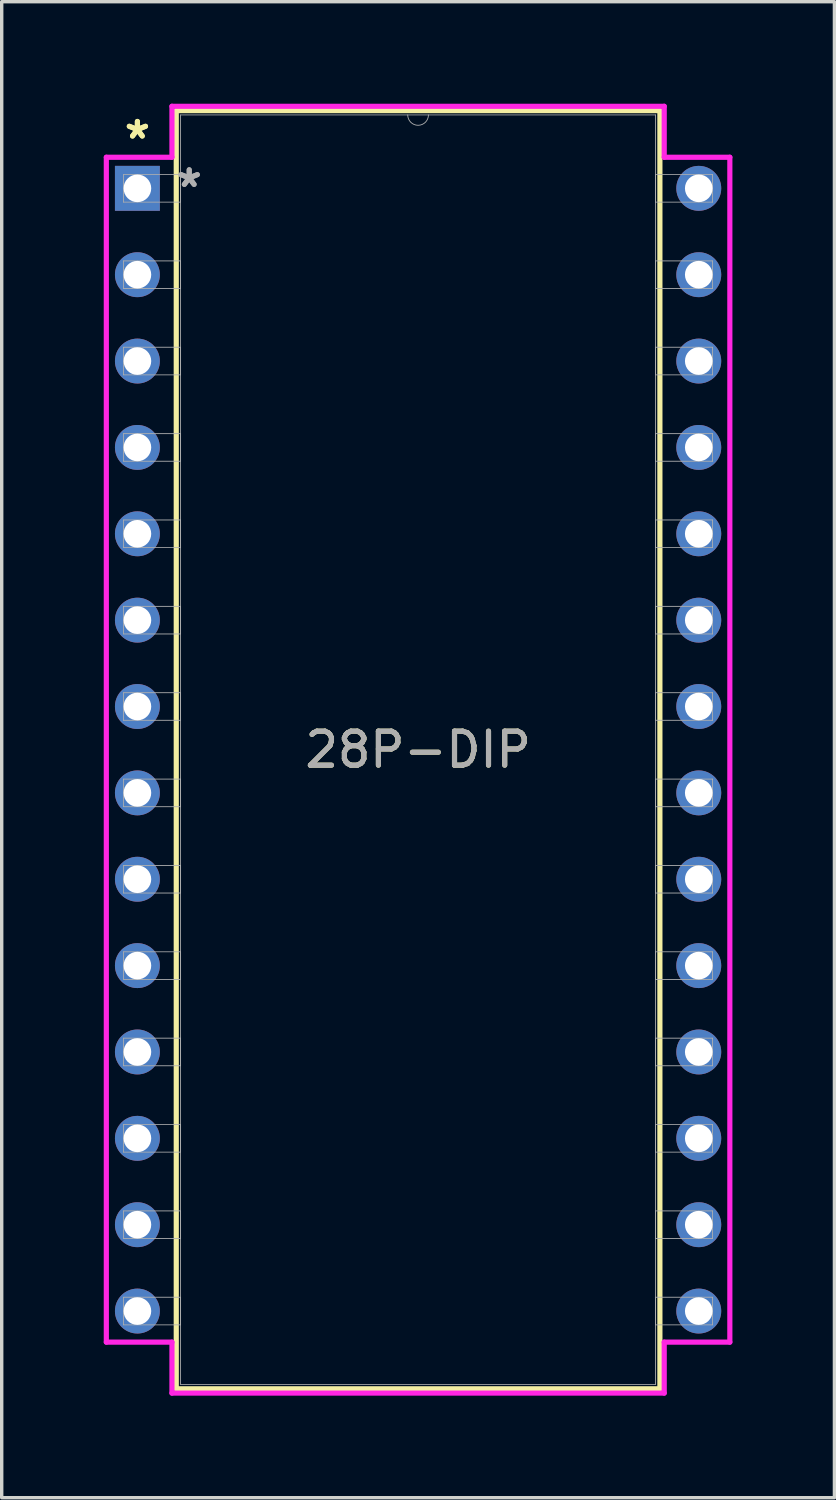
<source format=kicad_pcb>
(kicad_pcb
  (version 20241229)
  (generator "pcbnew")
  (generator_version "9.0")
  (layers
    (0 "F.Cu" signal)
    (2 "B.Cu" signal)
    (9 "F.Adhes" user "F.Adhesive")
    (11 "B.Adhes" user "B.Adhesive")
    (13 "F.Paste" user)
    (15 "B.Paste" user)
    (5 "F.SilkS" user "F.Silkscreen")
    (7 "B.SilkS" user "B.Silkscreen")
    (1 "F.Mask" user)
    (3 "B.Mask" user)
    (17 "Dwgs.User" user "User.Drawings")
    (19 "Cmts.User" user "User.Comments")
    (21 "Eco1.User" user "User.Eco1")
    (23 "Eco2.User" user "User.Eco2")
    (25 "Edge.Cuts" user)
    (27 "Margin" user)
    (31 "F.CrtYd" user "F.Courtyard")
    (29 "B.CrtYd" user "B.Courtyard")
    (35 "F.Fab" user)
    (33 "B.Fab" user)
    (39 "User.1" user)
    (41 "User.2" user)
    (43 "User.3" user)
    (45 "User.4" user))
  (footprint "28P-DIP"
    (layer "F.Cu")
    (at 0.991 2.489)
    (property "Reference" "28P-DIP" (at 8.255 16.51 0) (unlocked yes) (layer "F.SilkS") (effects (font (size 1 1) (thickness 0.15))))
    (attr through_hole)
    (fp_line (start 1.143 -2.286) (end 1.143 35.306) (stroke (width 0.152) (type solid)) (layer "F.SilkS"))
    (fp_line (start 1.143 35.306) (end 15.367 35.306) (stroke (width 0.152) (type solid)) (layer "F.SilkS"))
    (fp_line (start 15.367 -2.286) (end 1.143 -2.286) (stroke (width 0.152) (type solid)) (layer "F.SilkS"))
    (fp_line (start 15.367 35.306) (end 15.367 -2.286) (stroke (width 0.152) (type solid)) (layer "F.SilkS"))
    (fp_line (start -0.914 -0.914) (end 1.016 -0.914) (stroke (width 0.152) (type solid)) (layer "F.CrtYd"))
    (fp_line (start -0.914 33.934) (end -0.914 -0.914) (stroke (width 0.152) (type solid)) (layer "F.CrtYd"))
    (fp_line (start 1.016 -2.413) (end 15.494 -2.413) (stroke (width 0.152) (type solid)) (layer "F.CrtYd"))
    (fp_line (start 1.016 -0.914) (end 1.016 -2.413) (stroke (width 0.152) (type solid)) (layer "F.CrtYd"))
    (fp_line (start 1.016 33.934) (end -0.914 33.934) (stroke (width 0.152) (type solid)) (layer "F.CrtYd"))
    (fp_line (start 1.016 35.433) (end 1.016 33.934) (stroke (width 0.152) (type solid)) (layer "F.CrtYd"))
    (fp_line (start 15.494 -2.413) (end 15.494 -0.914) (stroke (width 0.152) (type solid)) (layer "F.CrtYd"))
    (fp_line (start 15.494 33.934) (end 15.494 35.433) (stroke (width 0.152) (type solid)) (layer "F.CrtYd"))
    (fp_line (start 15.494 35.433) (end 1.016 35.433) (stroke (width 0.152) (type solid)) (layer "F.CrtYd"))
    (fp_line (start 17.424 -0.914) (end 15.494 -0.914) (stroke (width 0.152) (type solid)) (layer "F.CrtYd"))
    (fp_line (start 17.424 -0.914) (end 17.424 33.934) (stroke (width 0.152) (type solid)) (layer "F.CrtYd"))
    (fp_line (start 17.424 33.934) (end 15.494 33.934) (stroke (width 0.152) (type solid)) (layer "F.CrtYd"))
    (fp_line (start -0.406 -0.406) (end -0.406 0.406) (stroke (width 0.025) (type solid)) (layer "F.Fab"))
    (fp_line (start -0.406 0.406) (end 1.27 0.406) (stroke (width 0.025) (type solid)) (layer "F.Fab"))
    (fp_line (start -0.406 2.134) (end -0.406 2.946) (stroke (width 0.025) (type solid)) (layer "F.Fab"))
    (fp_line (start -0.406 2.946) (end 1.27 2.946) (stroke (width 0.025) (type solid)) (layer "F.Fab"))
    (fp_line (start -0.406 4.674) (end -0.406 5.486) (stroke (width 0.025) (type solid)) (layer "F.Fab"))
    (fp_line (start -0.406 5.486) (end 1.27 5.486) (stroke (width 0.025) (type solid)) (layer "F.Fab"))
    (fp_line (start -0.406 7.214) (end -0.406 8.026) (stroke (width 0.025) (type solid)) (layer "F.Fab"))
    (fp_line (start -0.406 8.026) (end 1.27 8.026) (stroke (width 0.025) (type solid)) (layer "F.Fab"))
    (fp_line (start -0.406 9.754) (end -0.406 10.566) (stroke (width 0.025) (type solid)) (layer "F.Fab"))
    (fp_line (start -0.406 10.566) (end 1.27 10.566) (stroke (width 0.025) (type solid)) (layer "F.Fab"))
    (fp_line (start -0.406 12.294) (end -0.406 13.106) (stroke (width 0.025) (type solid)) (layer "F.Fab"))
    (fp_line (start -0.406 13.106) (end 1.27 13.106) (stroke (width 0.025) (type solid)) (layer "F.Fab"))
    (fp_line (start -0.406 14.834) (end -0.406 15.646) (stroke (width 0.025) (type solid)) (layer "F.Fab"))
    (fp_line (start -0.406 15.646) (end 1.27 15.646) (stroke (width 0.025) (type solid)) (layer "F.Fab"))
    (fp_line (start -0.406 17.374) (end -0.406 18.186) (stroke (width 0.025) (type solid)) (layer "F.Fab"))
    (fp_line (start -0.406 18.186) (end 1.27 18.186) (stroke (width 0.025) (type solid)) (layer "F.Fab"))
    (fp_line (start -0.406 19.914) (end -0.406 20.726) (stroke (width 0.025) (type solid)) (layer "F.Fab"))
    (fp_line (start -0.406 20.726) (end 1.27 20.726) (stroke (width 0.025) (type solid)) (layer "F.Fab"))
    (fp_line (start -0.406 22.454) (end -0.406 23.266) (stroke (width 0.025) (type solid)) (layer "F.Fab"))
    (fp_line (start -0.406 23.266) (end 1.27 23.266) (stroke (width 0.025) (type solid)) (layer "F.Fab"))
    (fp_line (start -0.406 24.994) (end -0.406 25.806) (stroke (width 0.025) (type solid)) (layer "F.Fab"))
    (fp_line (start -0.406 25.806) (end 1.27 25.806) (stroke (width 0.025) (type solid)) (layer "F.Fab"))
    (fp_line (start -0.406 27.534) (end -0.406 28.346) (stroke (width 0.025) (type solid)) (layer "F.Fab"))
    (fp_line (start -0.406 28.346) (end 1.27 28.346) (stroke (width 0.025) (type solid)) (layer "F.Fab"))
    (fp_line (start -0.406 30.074) (end -0.406 30.886) (stroke (width 0.025) (type solid)) (layer "F.Fab"))
    (fp_line (start -0.406 30.886) (end 1.27 30.886) (stroke (width 0.025) (type solid)) (layer "F.Fab"))
    (fp_line (start -0.406 32.614) (end -0.406 33.426) (stroke (width 0.025) (type solid)) (layer "F.Fab"))
    (fp_line (start -0.406 33.426) (end 1.27 33.426) (stroke (width 0.025) (type solid)) (layer "F.Fab"))
    (fp_line (start 1.27 -2.159) (end 1.27 35.179) (stroke (width 0.025) (type solid)) (layer "F.Fab"))
    (fp_line (start 1.27 -0.406) (end -0.406 -0.406) (stroke (width 0.025) (type solid)) (layer "F.Fab"))
    (fp_line (start 1.27 0.406) (end 1.27 -0.406) (stroke (width 0.025) (type solid)) (layer "F.Fab"))
    (fp_line (start 1.27 2.134) (end -0.406 2.134) (stroke (width 0.025) (type solid)) (layer "F.Fab"))
    (fp_line (start 1.27 2.946) (end 1.27 2.134) (stroke (width 0.025) (type solid)) (layer "F.Fab"))
    (fp_line (start 1.27 4.674) (end -0.406 4.674) (stroke (width 0.025) (type solid)) (layer "F.Fab"))
    (fp_line (start 1.27 5.486) (end 1.27 4.674) (stroke (width 0.025) (type solid)) (layer "F.Fab"))
    (fp_line (start 1.27 7.214) (end -0.406 7.214) (stroke (width 0.025) (type solid)) (layer "F.Fab"))
    (fp_line (start 1.27 8.026) (end 1.27 7.214) (stroke (width 0.025) (type solid)) (layer "F.Fab"))
    (fp_line (start 1.27 9.754) (end -0.406 9.754) (stroke (width 0.025) (type solid)) (layer "F.Fab"))
    (fp_line (start 1.27 10.566) (end 1.27 9.754) (stroke (width 0.025) (type solid)) (layer "F.Fab"))
    (fp_line (start 1.27 12.294) (end -0.406 12.294) (stroke (width 0.025) (type solid)) (layer "F.Fab"))
    (fp_line (start 1.27 13.106) (end 1.27 12.294) (stroke (width 0.025) (type solid)) (layer "F.Fab"))
    (fp_line (start 1.27 14.834) (end -0.406 14.834) (stroke (width 0.025) (type solid)) (layer "F.Fab"))
    (fp_line (start 1.27 15.646) (end 1.27 14.834) (stroke (width 0.025) (type solid)) (layer "F.Fab"))
    (fp_line (start 1.27 17.374) (end -0.406 17.374) (stroke (width 0.025) (type solid)) (layer "F.Fab"))
    (fp_line (start 1.27 18.186) (end 1.27 17.374) (stroke (width 0.025) (type solid)) (layer "F.Fab"))
    (fp_line (start 1.27 19.914) (end -0.406 19.914) (stroke (width 0.025) (type solid)) (layer "F.Fab"))
    (fp_line (start 1.27 20.726) (end 1.27 19.914) (stroke (width 0.025) (type solid)) (layer "F.Fab"))
    (fp_line (start 1.27 22.454) (end -0.406 22.454) (stroke (width 0.025) (type solid)) (layer "F.Fab"))
    (fp_line (start 1.27 23.266) (end 1.27 22.454) (stroke (width 0.025) (type solid)) (layer "F.Fab"))
    (fp_line (start 1.27 24.994) (end -0.406 24.994) (stroke (width 0.025) (type solid)) (layer "F.Fab"))
    (fp_line (start 1.27 25.806) (end 1.27 24.994) (stroke (width 0.025) (type solid)) (layer "F.Fab"))
    (fp_line (start 1.27 27.534) (end -0.406 27.534) (stroke (width 0.025) (type solid)) (layer "F.Fab"))
    (fp_line (start 1.27 28.346) (end 1.27 27.534) (stroke (width 0.025) (type solid)) (layer "F.Fab"))
    (fp_line (start 1.27 30.074) (end -0.406 30.074) (stroke (width 0.025) (type solid)) (layer "F.Fab"))
    (fp_line (start 1.27 30.886) (end 1.27 30.074) (stroke (width 0.025) (type solid)) (layer "F.Fab"))
    (fp_line (start 1.27 32.614) (end -0.406 32.614) (stroke (width 0.025) (type solid)) (layer "F.Fab"))
    (fp_line (start 1.27 33.426) (end 1.27 32.614) (stroke (width 0.025) (type solid)) (layer "F.Fab"))
    (fp_line (start 1.27 35.179) (end 15.24 35.179) (stroke (width 0.025) (type solid)) (layer "F.Fab"))
    (fp_line (start 15.24 -2.159) (end 1.27 -2.159) (stroke (width 0.025) (type solid)) (layer "F.Fab"))
    (fp_line (start 15.24 -0.406) (end 15.24 0.406) (stroke (width 0.025) (type solid)) (layer "F.Fab"))
    (fp_line (start 15.24 0.406) (end 16.916 0.406) (stroke (width 0.025) (type solid)) (layer "F.Fab"))
    (fp_line (start 15.24 2.134) (end 15.24 2.946) (stroke (width 0.025) (type solid)) (layer "F.Fab"))
    (fp_line (start 15.24 2.946) (end 16.916 2.946) (stroke (width 0.025) (type solid)) (layer "F.Fab"))
    (fp_line (start 15.24 4.674) (end 15.24 5.486) (stroke (width 0.025) (type solid)) (layer "F.Fab"))
    (fp_line (start 15.24 5.486) (end 16.916 5.486) (stroke (width 0.025) (type solid)) (layer "F.Fab"))
    (fp_line (start 15.24 7.214) (end 15.24 8.026) (stroke (width 0.025) (type solid)) (layer "F.Fab"))
    (fp_line (start 15.24 8.026) (end 16.916 8.026) (stroke (width 0.025) (type solid)) (layer "F.Fab"))
    (fp_line (start 15.24 9.754) (end 15.24 10.566) (stroke (width 0.025) (type solid)) (layer "F.Fab"))
    (fp_line (start 15.24 10.566) (end 16.916 10.566) (stroke (width 0.025) (type solid)) (layer "F.Fab"))
    (fp_line (start 15.24 12.294) (end 15.24 13.106) (stroke (width 0.025) (type solid)) (layer "F.Fab"))
    (fp_line (start 15.24 13.106) (end 16.916 13.106) (stroke (width 0.025) (type solid)) (layer "F.Fab"))
    (fp_line (start 15.24 14.834) (end 15.24 15.646) (stroke (width 0.025) (type solid)) (layer "F.Fab"))
    (fp_line (start 15.24 15.646) (end 16.916 15.646) (stroke (width 0.025) (type solid)) (layer "F.Fab"))
    (fp_line (start 15.24 17.374) (end 15.24 18.186) (stroke (width 0.025) (type solid)) (layer "F.Fab"))
    (fp_line (start 15.24 18.186) (end 16.916 18.186) (stroke (width 0.025) (type solid)) (layer "F.Fab"))
    (fp_line (start 15.24 19.914) (end 15.24 20.726) (stroke (width 0.025) (type solid)) (layer "F.Fab"))
    (fp_line (start 15.24 20.726) (end 16.916 20.726) (stroke (width 0.025) (type solid)) (layer "F.Fab"))
    (fp_line (start 15.24 22.454) (end 15.24 23.266) (stroke (width 0.025) (type solid)) (layer "F.Fab"))
    (fp_line (start 15.24 23.266) (end 16.916 23.266) (stroke (width 0.025) (type solid)) (layer "F.Fab"))
    (fp_line (start 15.24 24.994) (end 15.24 25.806) (stroke (width 0.025) (type solid)) (layer "F.Fab"))
    (fp_line (start 15.24 25.806) (end 16.916 25.806) (stroke (width 0.025) (type solid)) (layer "F.Fab"))
    (fp_line (start 15.24 27.534) (end 15.24 28.346) (stroke (width 0.025) (type solid)) (layer "F.Fab"))
    (fp_line (start 15.24 28.346) (end 16.916 28.346) (stroke (width 0.025) (type solid)) (layer "F.Fab"))
    (fp_line (start 15.24 30.074) (end 15.24 30.886) (stroke (width 0.025) (type solid)) (layer "F.Fab"))
    (fp_line (start 15.24 30.886) (end 16.916 30.886) (stroke (width 0.025) (type solid)) (layer "F.Fab"))
    (fp_line (start 15.24 32.614) (end 15.24 33.426) (stroke (width 0.025) (type solid)) (layer "F.Fab"))
    (fp_line (start 15.24 33.426) (end 16.916 33.426) (stroke (width 0.025) (type solid)) (layer "F.Fab"))
    (fp_line (start 15.24 35.179) (end 15.24 -2.159) (stroke (width 0.025) (type solid)) (layer "F.Fab"))
    (fp_line (start 16.916 -0.406) (end 15.24 -0.406) (stroke (width 0.025) (type solid)) (layer "F.Fab"))
    (fp_line (start 16.916 0.406) (end 16.916 -0.406) (stroke (width 0.025) (type solid)) (layer "F.Fab"))
    (fp_line (start 16.916 2.134) (end 15.24 2.134) (stroke (width 0.025) (type solid)) (layer "F.Fab"))
    (fp_line (start 16.916 2.946) (end 16.916 2.134) (stroke (width 0.025) (type solid)) (layer "F.Fab"))
    (fp_line (start 16.916 4.674) (end 15.24 4.674) (stroke (width 0.025) (type solid)) (layer "F.Fab"))
    (fp_line (start 16.916 5.486) (end 16.916 4.674) (stroke (width 0.025) (type solid)) (layer "F.Fab"))
    (fp_line (start 16.916 7.214) (end 15.24 7.214) (stroke (width 0.025) (type solid)) (layer "F.Fab"))
    (fp_line (start 16.916 8.026) (end 16.916 7.214) (stroke (width 0.025) (type solid)) (layer "F.Fab"))
    (fp_line (start 16.916 9.754) (end 15.24 9.754) (stroke (width 0.025) (type solid)) (layer "F.Fab"))
    (fp_line (start 16.916 10.566) (end 16.916 9.754) (stroke (width 0.025) (type solid)) (layer "F.Fab"))
    (fp_line (start 16.916 12.294) (end 15.24 12.294) (stroke (width 0.025) (type solid)) (layer "F.Fab"))
    (fp_line (start 16.916 13.106) (end 16.916 12.294) (stroke (width 0.025) (type solid)) (layer "F.Fab"))
    (fp_line (start 16.916 14.834) (end 15.24 14.834) (stroke (width 0.025) (type solid)) (layer "F.Fab"))
    (fp_line (start 16.916 15.646) (end 16.916 14.834) (stroke (width 0.025) (type solid)) (layer "F.Fab"))
    (fp_line (start 16.916 17.374) (end 15.24 17.374) (stroke (width 0.025) (type solid)) (layer "F.Fab"))
    (fp_line (start 16.916 18.186) (end 16.916 17.374) (stroke (width 0.025) (type solid)) (layer "F.Fab"))
    (fp_line (start 16.916 19.914) (end 15.24 19.914) (stroke (width 0.025) (type solid)) (layer "F.Fab"))
    (fp_line (start 16.916 20.726) (end 16.916 19.914) (stroke (width 0.025) (type solid)) (layer "F.Fab"))
    (fp_line (start 16.916 22.454) (end 15.24 22.454) (stroke (width 0.025) (type solid)) (layer "F.Fab"))
    (fp_line (start 16.916 23.266) (end 16.916 22.454) (stroke (width 0.025) (type solid)) (layer "F.Fab"))
    (fp_line (start 16.916 24.994) (end 15.24 24.994) (stroke (width 0.025) (type solid)) (layer "F.Fab"))
    (fp_line (start 16.916 25.806) (end 16.916 24.994) (stroke (width 0.025) (type solid)) (layer "F.Fab"))
    (fp_line (start 16.916 27.534) (end 15.24 27.534) (stroke (width 0.025) (type solid)) (layer "F.Fab"))
    (fp_line (start 16.916 28.346) (end 16.916 27.534) (stroke (width 0.025) (type solid)) (layer "F.Fab"))
    (fp_line (start 16.916 30.074) (end 15.24 30.074) (stroke (width 0.025) (type solid)) (layer "F.Fab"))
    (fp_line (start 16.916 30.886) (end 16.916 30.074) (stroke (width 0.025) (type solid)) (layer "F.Fab"))
    (fp_line (start 16.916 32.614) (end 15.24 32.614) (stroke (width 0.025) (type solid)) (layer "F.Fab"))
    (fp_line (start 16.916 33.426) (end 16.916 32.614) (stroke (width 0.025) (type solid)) (layer "F.Fab"))
    (fp_arc (start 8.5598 -2.159) (mid 8.255 -1.8542) (end 7.9502 -2.159) (stroke (width 0.0254) (type solid)) (layer "F.Fab"))
    (fp_text user "*" (at 0 -1.422 0) (layer "F.SilkS") (effects (font (size 1 1) (thickness 0.15))))
    (fp_text user "*" (at 0 -1.422 0) (unlocked yes) (layer "F.SilkS") (effects (font (size 1 1) (thickness 0.15))))
    (fp_text user "${REFERENCE}" (at 8.255 16.51 0) (unlocked yes) (layer "F.Fab") (effects (font (size 1 1) (thickness 0.15))))
    (fp_text user "*" (at 1.524 0 0) (unlocked yes) (layer "F.Fab") (effects (font (size 1 1) (thickness 0.15))))
    (fp_text user "*" (at 1.524 0 0) (layer "F.Fab") (effects (font (size 1 1) (thickness 0.15))))
    (pad "1" thru_hole rect (at 0 0) (size 1.321 1.321) (drill 0.813) (layers "*.Cu" "*.Mask"))
    (pad "2" thru_hole circle (at 0 2.54) (size 1.321 1.321) (drill 0.813) (layers "*.Cu" "*.Mask"))
    (pad "3" thru_hole circle (at 0 5.08) (size 1.321 1.321) (drill 0.813) (layers "*.Cu" "*.Mask"))
    (pad "4" thru_hole circle (at 0 7.62) (size 1.321 1.321) (drill 0.813) (layers "*.Cu" "*.Mask"))
    (pad "5" thru_hole circle (at 0 10.16) (size 1.321 1.321) (drill 0.813) (layers "*.Cu" "*.Mask"))
    (pad "6" thru_hole circle (at 0 12.7) (size 1.321 1.321) (drill 0.813) (layers "*.Cu" "*.Mask"))
    (pad "7" thru_hole circle (at 0 15.24) (size 1.321 1.321) (drill 0.813) (layers "*.Cu" "*.Mask"))
    (pad "8" thru_hole circle (at 0 17.78) (size 1.321 1.321) (drill 0.813) (layers "*.Cu" "*.Mask"))
    (pad "9" thru_hole circle (at 0 20.32) (size 1.321 1.321) (drill 0.813) (layers "*.Cu" "*.Mask"))
    (pad "10" thru_hole circle (at 0 22.86) (size 1.321 1.321) (drill 0.813) (layers "*.Cu" "*.Mask"))
    (pad "11" thru_hole circle (at 0 25.4) (size 1.321 1.321) (drill 0.813) (layers "*.Cu" "*.Mask"))
    (pad "12" thru_hole circle (at 0 27.94) (size 1.321 1.321) (drill 0.813) (layers "*.Cu" "*.Mask"))
    (pad "13" thru_hole circle (at 0 30.48) (size 1.321 1.321) (drill 0.813) (layers "*.Cu" "*.Mask"))
    (pad "14" thru_hole circle (at 0 33.02) (size 1.321 1.321) (drill 0.813) (layers "*.Cu" "*.Mask"))
    (pad "15" thru_hole circle (at 16.51 33.02) (size 1.321 1.321) (drill 0.813) (layers "*.Cu" "*.Mask"))
    (pad "16" thru_hole circle (at 16.51 30.48) (size 1.321 1.321) (drill 0.813) (layers "*.Cu" "*.Mask"))
    (pad "17" thru_hole circle (at 16.51 27.94) (size 1.321 1.321) (drill 0.813) (layers "*.Cu" "*.Mask"))
    (pad "18" thru_hole circle (at 16.51 25.4) (size 1.321 1.321) (drill 0.813) (layers "*.Cu" "*.Mask"))
    (pad "19" thru_hole circle (at 16.51 22.86) (size 1.321 1.321) (drill 0.813) (layers "*.Cu" "*.Mask"))
    (pad "20" thru_hole circle (at 16.51 20.32) (size 1.321 1.321) (drill 0.813) (layers "*.Cu" "*.Mask"))
    (pad "21" thru_hole circle (at 16.51 17.78) (size 1.321 1.321) (drill 0.813) (layers "*.Cu" "*.Mask"))
    (pad "22" thru_hole circle (at 16.51 15.24) (size 1.321 1.321) (drill 0.813) (layers "*.Cu" "*.Mask"))
    (pad "23" thru_hole circle (at 16.51 12.7) (size 1.321 1.321) (drill 0.813) (layers "*.Cu" "*.Mask"))
    (pad "24" thru_hole circle (at 16.51 10.16) (size 1.321 1.321) (drill 0.813) (layers "*.Cu" "*.Mask"))
    (pad "25" thru_hole circle (at 16.51 7.62) (size 1.321 1.321) (drill 0.813) (layers "*.Cu" "*.Mask"))
    (pad "26" thru_hole circle (at 16.51 5.08) (size 1.321 1.321) (drill 0.813) (layers "*.Cu" "*.Mask"))
    (pad "27" thru_hole circle (at 16.51 2.54) (size 1.321 1.321) (drill 0.813) (layers "*.Cu" "*.Mask"))
    (pad "28" thru_hole circle (at 16.51 0) (size 1.321 1.321) (drill 0.813) (layers "*.Cu" "*.Mask")))
  (gr_rect
    (start -3 -3)
    (end 21.491 40.998)
    (stroke (width 0.1) (type default))
    (fill no)
    (layer "Edge.Cuts")))
</source>
